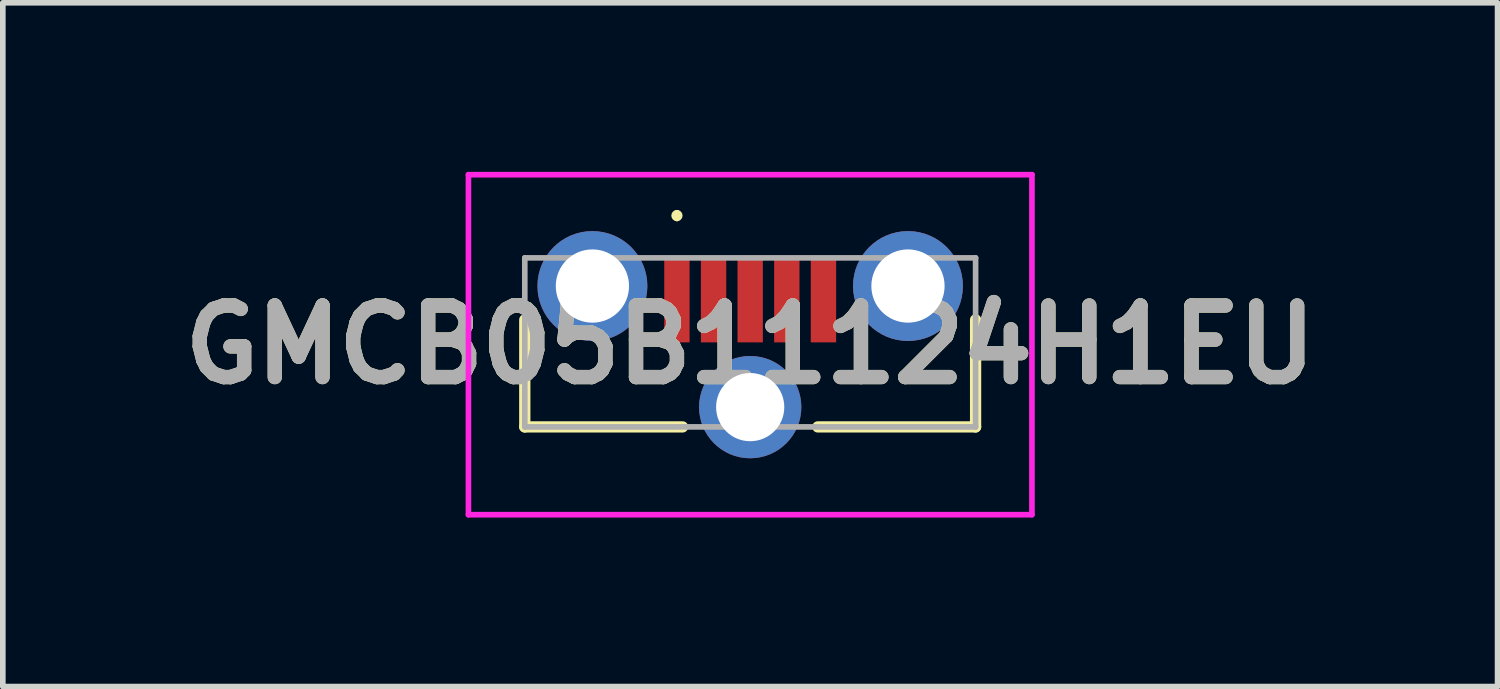
<source format=kicad_pcb>
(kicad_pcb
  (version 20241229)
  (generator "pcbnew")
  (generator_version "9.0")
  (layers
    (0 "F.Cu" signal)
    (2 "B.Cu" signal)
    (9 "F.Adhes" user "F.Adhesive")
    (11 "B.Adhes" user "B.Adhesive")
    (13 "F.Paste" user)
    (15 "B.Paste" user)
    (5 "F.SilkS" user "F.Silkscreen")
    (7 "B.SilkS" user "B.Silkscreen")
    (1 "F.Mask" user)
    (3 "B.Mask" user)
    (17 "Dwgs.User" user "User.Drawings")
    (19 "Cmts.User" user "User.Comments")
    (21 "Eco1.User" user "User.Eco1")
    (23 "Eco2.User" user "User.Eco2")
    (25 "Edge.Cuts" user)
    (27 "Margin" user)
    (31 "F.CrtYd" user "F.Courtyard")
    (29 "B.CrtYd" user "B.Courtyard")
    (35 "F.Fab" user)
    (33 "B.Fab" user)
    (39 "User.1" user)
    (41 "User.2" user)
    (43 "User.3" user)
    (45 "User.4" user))
  (footprint "GMCB05B11124H1EU"
    (layer "F.Cu")
    (at 10.263 3.026)
    (property "Reference" "GMCB05B11124H1EU" (at 0 0.041 0) (layer "F.SilkS") (effects (font (size 1.27 1.27) (thickness 0.254))))
    (attr through_hole)
    (fp_line (start -4 -0.4) (end -4 1.5) (stroke (width 0.2) (type solid)) (layer "F.SilkS"))
    (fp_line (start -4 1.5) (end -1.2 1.5) (stroke (width 0.2) (type solid)) (layer "F.SilkS"))
    (fp_line (start -1.3 -2.3) (end -1.3 -2.3) (stroke (width 0.1) (type solid)) (layer "F.SilkS"))
    (fp_line (start -1.3 -2.2) (end -1.3 -2.2) (stroke (width 0.1) (type solid)) (layer "F.SilkS"))
    (fp_line (start 1.2 1.5) (end 4 1.5) (stroke (width 0.2) (type solid)) (layer "F.SilkS"))
    (fp_line (start 4 1.5) (end 4 -0.4) (stroke (width 0.2) (type solid)) (layer "F.SilkS"))
    (fp_arc (start -1.3 -2.3) (mid -1.25 -2.25) (end -1.3 -2.2) (stroke (width 0.1) (type solid)) (layer "F.SilkS"))
    (fp_arc (start -1.3 -2.2) (mid -1.35 -2.25) (end -1.3 -2.3) (stroke (width 0.1) (type solid)) (layer "F.SilkS"))
    (fp_line (start -5 -2.976) (end 5 -2.976) (stroke (width 0.1) (type solid)) (layer "F.CrtYd"))
    (fp_line (start -5 3.058) (end -5 -2.976) (stroke (width 0.1) (type solid)) (layer "F.CrtYd"))
    (fp_line (start 5 -2.976) (end 5 3.058) (stroke (width 0.1) (type solid)) (layer "F.CrtYd"))
    (fp_line (start 5 3.058) (end -5 3.058) (stroke (width 0.1) (type solid)) (layer "F.CrtYd"))
    (fp_line (start -4 -1.5) (end 4 -1.5) (stroke (width 0.1) (type solid)) (layer "F.Fab"))
    (fp_line (start -4 1.5) (end -4 -1.5) (stroke (width 0.1) (type solid)) (layer "F.Fab"))
    (fp_line (start 4 -1.5) (end 4 1.5) (stroke (width 0.1) (type solid)) (layer "F.Fab"))
    (fp_line (start 4 1.5) (end -4 1.5) (stroke (width 0.1) (type solid)) (layer "F.Fab"))
    (fp_text user "${REFERENCE}" (at 0 0.041 0) (layer "F.Fab") (effects (font (size 1.27 1.27) (thickness 0.254))))
    (pad "1" smd rect (at -1.3 -0.75) (size 0.45 1.5) (layers "F.Cu" "F.Mask" "F.Paste"))
    (pad "2" smd rect (at -0.65 -0.75) (size 0.45 1.5) (layers "F.Cu" "F.Mask" "F.Paste"))
    (pad "3" smd rect (at 0 -0.75) (size 0.45 1.5) (layers "F.Cu" "F.Mask" "F.Paste"))
    (pad "4" smd rect (at 0.65 -0.75) (size 0.45 1.5) (layers "F.Cu" "F.Mask" "F.Paste"))
    (pad "5" smd rect (at 1.3 -0.75) (size 0.45 1.5) (layers "F.Cu" "F.Mask" "F.Paste"))
    (pad "MH1" thru_hole circle (at -2.8 -1) (size 1.95 1.95) (drill 1.3) (layers "*.Cu" "*.Mask"))
    (pad "MH2" thru_hole circle (at 2.8 -1) (size 1.95 1.95) (drill 1.3) (layers "*.Cu" "*.Mask"))
    (pad "MH3" thru_hole circle (at 0 1.149) (size 1.815 1.815) (drill 1.21) (layers "*.Cu" "*.Mask")))
  (gr_rect
    (start -3 -3)
    (end 23.526 9.134)
    (stroke (width 0.1) (type default))
    (fill no)
    (layer "Edge.Cuts")))
</source>
